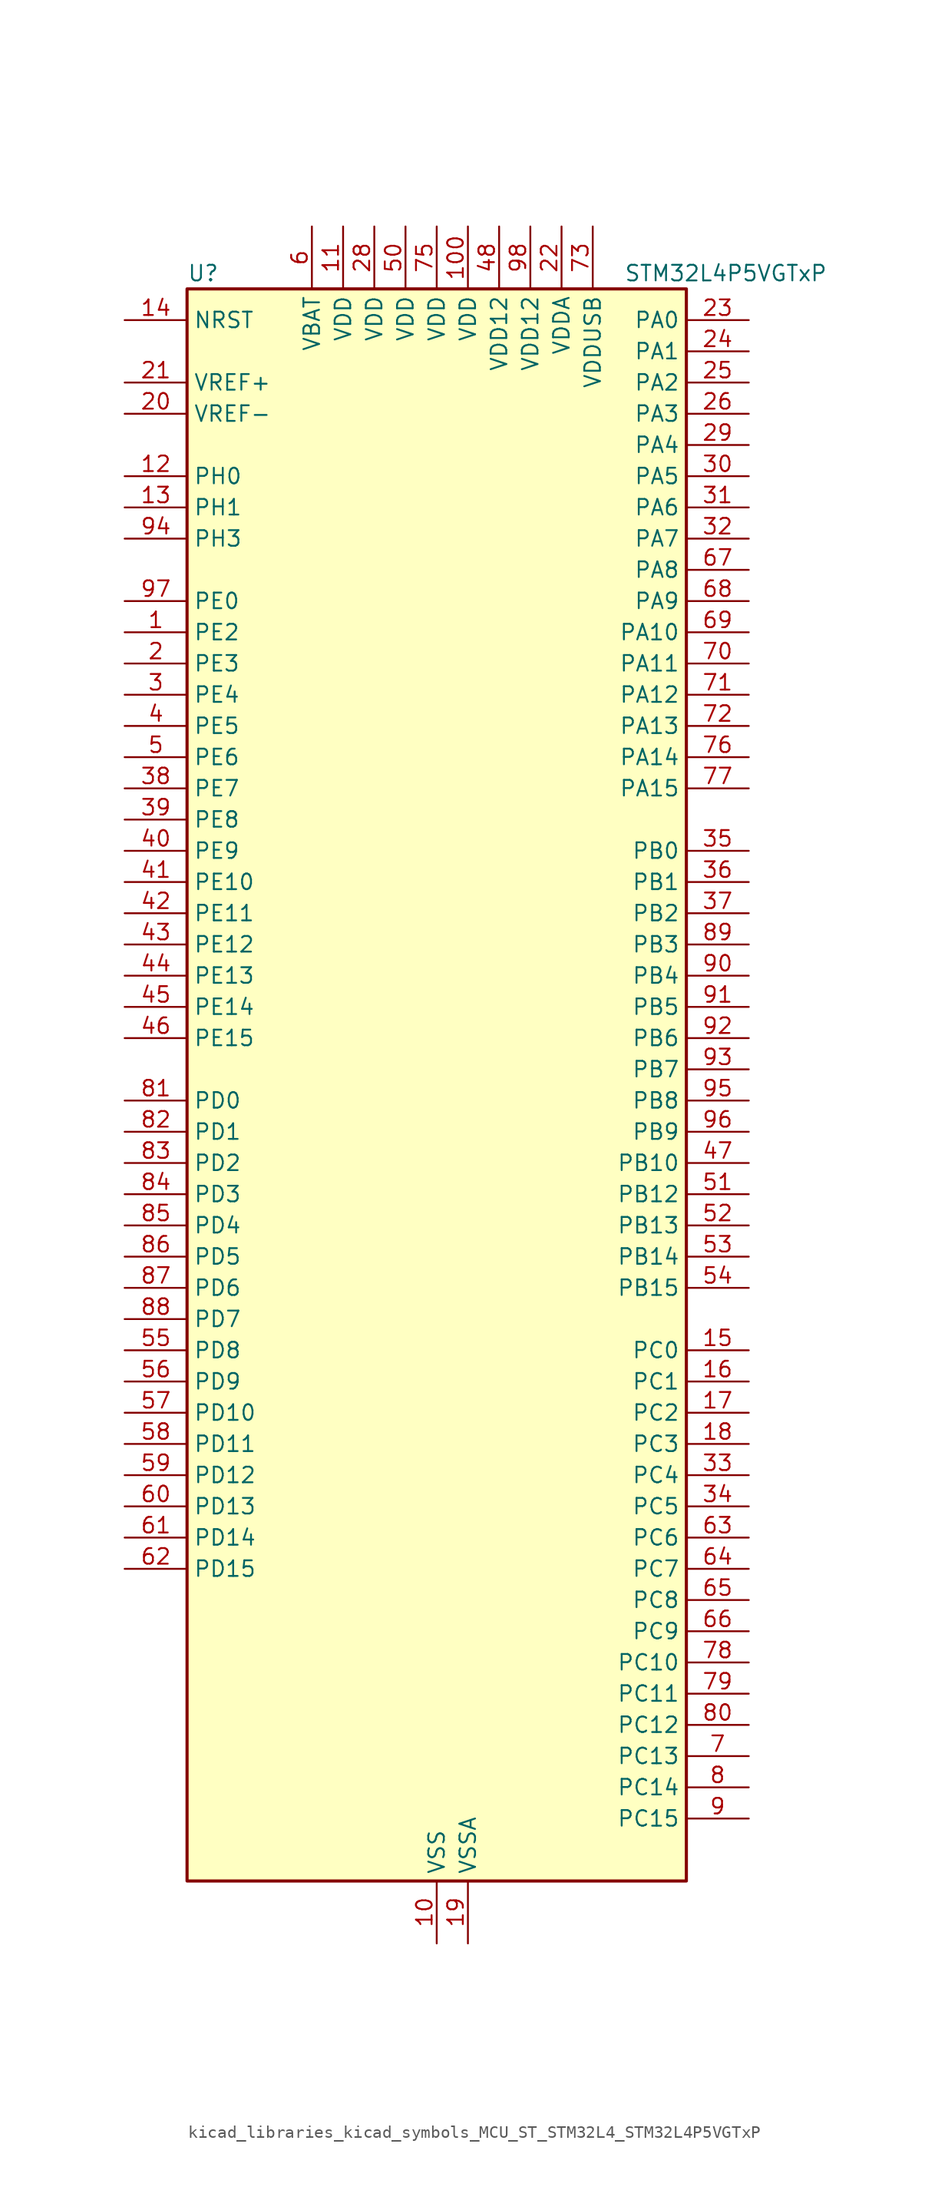
<source format=kicad_sym>
(kicad_symbol_lib
  (version 20220914)
  (generator kicad_symbol_editor)
  (symbol "kicad_libraries_kicad_symbols_MCU_ST_STM32L4_STM32L4P5VGTxP"
    (property "Reference" "U"
      (at -20.32 67.31 0)
      (effects (font (size 1.27 1.27)) (justify left)))
    (property "Value" "STM32L4P5VGTxP"
      (at 15.24 67.31 0)
      (effects (font (size 1.27 1.27)) (justify left)))
    (property "ki_locked" ""
      (at 0 0 0)
      (effects (font (size 1.27 1.27))))
    (symbol "kicad_libraries_kicad_symbols_MCU_ST_STM32L4_STM32L4P5VGTxP_0_1"
      (rectangle (start -20.32 -63.5) (end 20.32 66.04) (stroke (width 0.254) (type default)) (fill (type background))))
    (symbol "kicad_libraries_kicad_symbols_MCU_ST_STM32L4_STM32L4P5VGTxP_1_1"
      (pin bidirectional line (at -25.4 38.1 0) (length 5.08) (name "PE2" (effects (font (size 1.27 1.27)))) (number "1" (effects (font (size 1.27 1.27)))) (alternate "FMC_A23" bidirectional line) (alternate "LTDC_R7" bidirectional line) (alternate "SAI1_CK1" bidirectional line) (alternate "SAI1_MCLK_A" bidirectional line) (alternate "SYS_TRACECLK" bidirectional line) (alternate "TIM3_ETR" bidirectional line) (alternate "TSC_G7_IO1" bidirectional line))
      (pin power_in line (at 0 -68.58 90) (length 5.08) (name "VSS" (effects (font (size 1.27 1.27)))) (number "10" (effects (font (size 1.27 1.27)))))
      (pin power_in line (at 2.54 71.12 270) (length 5.08) (name "VDD" (effects (font (size 1.27 1.27)))) (number "100" (effects (font (size 1.27 1.27)))))
      (pin power_in line (at -7.62 71.12 270) (length 5.08) (name "VDD" (effects (font (size 1.27 1.27)))) (number "11" (effects (font (size 1.27 1.27)))))
      (pin bidirectional line (at -25.4 50.8 0) (length 5.08) (name "PH0" (effects (font (size 1.27 1.27)))) (number "12" (effects (font (size 1.27 1.27)))) (alternate "RCC_OSC_IN" bidirectional line))
      (pin bidirectional line (at -25.4 48.26 0) (length 5.08) (name "PH1" (effects (font (size 1.27 1.27)))) (number "13" (effects (font (size 1.27 1.27)))) (alternate "RCC_OSC_OUT" bidirectional line))
      (pin input line (at -25.4 63.5 0) (length 5.08) (name "NRST" (effects (font (size 1.27 1.27)))) (number "14" (effects (font (size 1.27 1.27)))))
      (pin bidirectional line (at 25.4 -20.32 180) (length 5.08) (name "PC0" (effects (font (size 1.27 1.27)))) (number "15" (effects (font (size 1.27 1.27)))) (alternate "ADC1_IN1" bidirectional line) (alternate "ADC2_IN1" bidirectional line) (alternate "I2C3_SCL" bidirectional line) (alternate "LPTIM1_IN1" bidirectional line) (alternate "LPTIM2_IN1" bidirectional line) (alternate "LPUART1_RX" bidirectional line) (alternate "LTDC_DE" bidirectional line) (alternate "SAI2_FS_A" bidirectional line) (alternate "SDMMC1_CMD" bidirectional line) (alternate "SDMMC2_CKIN" bidirectional line))
      (pin bidirectional line (at 25.4 -22.86 180) (length 5.08) (name "PC1" (effects (font (size 1.27 1.27)))) (number "16" (effects (font (size 1.27 1.27)))) (alternate "ADC1_IN2" bidirectional line) (alternate "ADC2_IN2" bidirectional line) (alternate "I2C3_SDA" bidirectional line) (alternate "LPTIM1_OUT" bidirectional line) (alternate "LPUART1_TX" bidirectional line) (alternate "OCTOSPIM_P1_IO4" bidirectional line) (alternate "SAI1_SD_A" bidirectional line) (alternate "SPI2_MOSI" bidirectional line) (alternate "SYS_TRACED0" bidirectional line))
      (pin bidirectional line (at 25.4 -25.4 180) (length 5.08) (name "PC2" (effects (font (size 1.27 1.27)))) (number "17" (effects (font (size 1.27 1.27)))) (alternate "ADC1_IN3" bidirectional line) (alternate "ADC2_IN3" bidirectional line) (alternate "DFSDM1_CKOUT" bidirectional line) (alternate "LPTIM1_IN2" bidirectional line) (alternate "LTDC_HSYNC" bidirectional line) (alternate "OCTOSPIM_P1_IO5" bidirectional line) (alternate "SPI2_MISO" bidirectional line))
      (pin bidirectional line (at 25.4 -27.94 180) (length 5.08) (name "PC3" (effects (font (size 1.27 1.27)))) (number "18" (effects (font (size 1.27 1.27)))) (alternate "ADC1_IN4" bidirectional line) (alternate "ADC2_IN4" bidirectional line) (alternate "LPTIM1_ETR" bidirectional line) (alternate "LPTIM2_ETR" bidirectional line) (alternate "OCTOSPIM_P1_IO6" bidirectional line) (alternate "SAI1_D1" bidirectional line) (alternate "SAI1_SD_A" bidirectional line) (alternate "SPI2_MOSI" bidirectional line))
      (pin power_in line (at 2.54 -68.58 90) (length 5.08) (name "VSSA" (effects (font (size 1.27 1.27)))) (number "19" (effects (font (size 1.27 1.27)))))
      (pin bidirectional line (at -25.4 35.56 0) (length 5.08) (name "PE3" (effects (font (size 1.27 1.27)))) (number "2" (effects (font (size 1.27 1.27)))) (alternate "FMC_A19" bidirectional line) (alternate "LTDC_R6" bidirectional line) (alternate "OCTOSPIM_P1_DQS" bidirectional line) (alternate "SAI1_SD_B" bidirectional line) (alternate "SYS_TRACED0" bidirectional line) (alternate "TIM3_CH1" bidirectional line) (alternate "TSC_G7_IO2" bidirectional line))
      (pin input line (at -25.4 55.88 0) (length 5.08) (name "VREF-" (effects (font (size 1.27 1.27)))) (number "20" (effects (font (size 1.27 1.27)))))
      (pin input line (at -25.4 58.42 0) (length 5.08) (name "VREF+" (effects (font (size 1.27 1.27)))) (number "21" (effects (font (size 1.27 1.27)))) (alternate "VREFBUF_OUT" bidirectional line))
      (pin power_in line (at 10.16 71.12 270) (length 5.08) (name "VDDA" (effects (font (size 1.27 1.27)))) (number "22" (effects (font (size 1.27 1.27)))))
      (pin bidirectional line (at 25.4 63.5 180) (length 5.08) (name "PA0" (effects (font (size 1.27 1.27)))) (number "23" (effects (font (size 1.27 1.27)))) (alternate "ADC1_IN5" bidirectional line) (alternate "ADC2_IN5" bidirectional line) (alternate "OPAMP1_VINP" bidirectional line) (alternate "RTC_TAMP2" bidirectional line) (alternate "SAI1_EXTCLK" bidirectional line) (alternate "SYS_WKUP1" bidirectional line) (alternate "TIM2_CH1" bidirectional line) (alternate "TIM2_ETR" bidirectional line) (alternate "TIM5_CH1" bidirectional line) (alternate "TIM8_ETR" bidirectional line) (alternate "UART4_TX" bidirectional line) (alternate "USART2_CTS" bidirectional line) (alternate "USART2_NSS" bidirectional line))
      (pin bidirectional line (at 25.4 60.96 180) (length 5.08) (name "PA1" (effects (font (size 1.27 1.27)))) (number "24" (effects (font (size 1.27 1.27)))) (alternate "ADC1_IN6" bidirectional line) (alternate "ADC2_IN6" bidirectional line) (alternate "I2C1_SMBA" bidirectional line) (alternate "OCTOSPIM_P1_DQS" bidirectional line) (alternate "OPAMP1_VINM" bidirectional line) (alternate "SDMMC2_CMD" bidirectional line) (alternate "SPI1_SCK" bidirectional line) (alternate "TIM15_CH1N" bidirectional line) (alternate "TIM2_CH2" bidirectional line) (alternate "TIM5_CH2" bidirectional line) (alternate "UART4_RX" bidirectional line) (alternate "USART2_DE" bidirectional line) (alternate "USART2_RTS" bidirectional line))
      (pin bidirectional line (at 25.4 58.42 180) (length 5.08) (name "PA2" (effects (font (size 1.27 1.27)))) (number "25" (effects (font (size 1.27 1.27)))) (alternate "ADC1_IN7" bidirectional line) (alternate "ADC2_IN7" bidirectional line) (alternate "LPUART1_TX" bidirectional line) (alternate "OCTOSPIM_P1_NCS" bidirectional line) (alternate "RCC_LSCO" bidirectional line) (alternate "SAI2_EXTCLK" bidirectional line) (alternate "SYS_WKUP4" bidirectional line) (alternate "TIM15_CH1" bidirectional line) (alternate "TIM2_CH3" bidirectional line) (alternate "TIM5_CH3" bidirectional line) (alternate "USART2_TX" bidirectional line))
      (pin bidirectional line (at 25.4 55.88 180) (length 5.08) (name "PA3" (effects (font (size 1.27 1.27)))) (number "26" (effects (font (size 1.27 1.27)))) (alternate "ADC1_IN8" bidirectional line) (alternate "ADC2_IN8" bidirectional line) (alternate "LPUART1_RX" bidirectional line) (alternate "OCTOSPIM_P1_CLK" bidirectional line) (alternate "OPAMP1_VOUT" bidirectional line) (alternate "SAI1_CK1" bidirectional line) (alternate "SAI1_MCLK_A" bidirectional line) (alternate "TIM15_CH2" bidirectional line) (alternate "TIM2_CH4" bidirectional line) (alternate "TIM5_CH4" bidirectional line) (alternate "USART2_RX" bidirectional line))
      (pin passive line (at 0 -68.58 90) (length 5.08) hide (name "VSS" (effects (font (size 1.27 1.27)))) (number "27" (effects (font (size 1.27 1.27)))))
      (pin power_in line (at -5.08 71.12 270) (length 5.08) (name "VDD" (effects (font (size 1.27 1.27)))) (number "28" (effects (font (size 1.27 1.27)))))
      (pin bidirectional line (at 25.4 53.34 180) (length 5.08) (name "PA4" (effects (font (size 1.27 1.27)))) (number "29" (effects (font (size 1.27 1.27)))) (alternate "ADC1_IN9" bidirectional line) (alternate "ADC2_IN9" bidirectional line) (alternate "DAC1_OUT1" bidirectional line) (alternate "DCMI_HSYNC" bidirectional line) (alternate "LPTIM2_OUT" bidirectional line) (alternate "LTDC_CLK" bidirectional line) (alternate "OCTOSPIM_P1_NCS" bidirectional line) (alternate "PSSI_DE" bidirectional line) (alternate "SAI1_FS_B" bidirectional line) (alternate "SPI1_NSS" bidirectional line) (alternate "SPI3_NSS" bidirectional line) (alternate "USART2_CK" bidirectional line))
      (pin bidirectional line (at -25.4 33.02 0) (length 5.08) (name "PE4" (effects (font (size 1.27 1.27)))) (number "3" (effects (font (size 1.27 1.27)))) (alternate "DCMI_D4" bidirectional line) (alternate "DFSDM1_DATIN3" bidirectional line) (alternate "FMC_A20" bidirectional line) (alternate "LTDC_B7" bidirectional line) (alternate "PSSI_D4" bidirectional line) (alternate "SAI1_D2" bidirectional line) (alternate "SAI1_FS_A" bidirectional line) (alternate "SYS_TRACED1" bidirectional line) (alternate "TIM3_CH2" bidirectional line) (alternate "TSC_G7_IO3" bidirectional line))
      (pin bidirectional line (at 25.4 50.8 180) (length 5.08) (name "PA5" (effects (font (size 1.27 1.27)))) (number "30" (effects (font (size 1.27 1.27)))) (alternate "ADC1_IN10" bidirectional line) (alternate "ADC2_IN10" bidirectional line) (alternate "DAC1_OUT2" bidirectional line) (alternate "LPTIM2_ETR" bidirectional line) (alternate "LTDC_R7" bidirectional line) (alternate "PSSI_D14" bidirectional line) (alternate "SPI1_SCK" bidirectional line) (alternate "TIM2_CH1" bidirectional line) (alternate "TIM2_ETR" bidirectional line) (alternate "TIM8_CH1N" bidirectional line))
      (pin bidirectional line (at 25.4 48.26 180) (length 5.08) (name "PA6" (effects (font (size 1.27 1.27)))) (number "31" (effects (font (size 1.27 1.27)))) (alternate "ADC1_IN11" bidirectional line) (alternate "ADC2_IN11" bidirectional line) (alternate "DCMI_PIXCLK" bidirectional line) (alternate "LPUART1_CTS" bidirectional line) (alternate "OCTOSPIM_P1_IO3" bidirectional line) (alternate "OPAMP2_VINP" bidirectional line) (alternate "PSSI_PDCK" bidirectional line) (alternate "SPI1_MISO" bidirectional line) (alternate "TIM16_CH1" bidirectional line) (alternate "TIM1_BKIN" bidirectional line) (alternate "TIM3_CH1" bidirectional line) (alternate "TIM8_BKIN" bidirectional line) (alternate "USART3_CTS" bidirectional line) (alternate "USART3_NSS" bidirectional line))
      (pin bidirectional line (at 25.4 45.72 180) (length 5.08) (name "PA7" (effects (font (size 1.27 1.27)))) (number "32" (effects (font (size 1.27 1.27)))) (alternate "ADC1_IN12" bidirectional line) (alternate "ADC2_IN12" bidirectional line) (alternate "I2C3_SCL" bidirectional line) (alternate "OCTOSPIM_P1_IO2" bidirectional line) (alternate "OPAMP2_VINM" bidirectional line) (alternate "SPI1_MOSI" bidirectional line) (alternate "TIM17_CH1" bidirectional line) (alternate "TIM1_CH1N" bidirectional line) (alternate "TIM3_CH2" bidirectional line) (alternate "TIM8_CH1N" bidirectional line))
      (pin bidirectional line (at 25.4 -30.48 180) (length 5.08) (name "PC4" (effects (font (size 1.27 1.27)))) (number "33" (effects (font (size 1.27 1.27)))) (alternate "ADC1_IN13" bidirectional line) (alternate "ADC2_IN13" bidirectional line) (alternate "COMP1_INM" bidirectional line) (alternate "OCTOSPIM_P1_IO7" bidirectional line) (alternate "OCTOSPIM_P2_NCS" bidirectional line) (alternate "USART3_TX" bidirectional line))
      (pin bidirectional line (at 25.4 -33.02 180) (length 5.08) (name "PC5" (effects (font (size 1.27 1.27)))) (number "34" (effects (font (size 1.27 1.27)))) (alternate "ADC1_IN14" bidirectional line) (alternate "ADC2_IN14" bidirectional line) (alternate "COMP1_INP" bidirectional line) (alternate "LTDC_CLK" bidirectional line) (alternate "PSSI_D15" bidirectional line) (alternate "SAI1_D3" bidirectional line) (alternate "SYS_WKUP5" bidirectional line) (alternate "USART3_RX" bidirectional line))
      (pin bidirectional line (at 25.4 20.32 180) (length 5.08) (name "PB0" (effects (font (size 1.27 1.27)))) (number "35" (effects (font (size 1.27 1.27)))) (alternate "ADC1_IN15" bidirectional line) (alternate "ADC2_IN15" bidirectional line) (alternate "COMP1_OUT" bidirectional line) (alternate "LTDC_B6" bidirectional line) (alternate "OCTOSPIM_P1_IO1" bidirectional line) (alternate "OPAMP2_VOUT" bidirectional line) (alternate "SAI1_EXTCLK" bidirectional line) (alternate "SPI1_NSS" bidirectional line) (alternate "TIM1_CH2N" bidirectional line) (alternate "TIM3_CH3" bidirectional line) (alternate "TIM8_CH2N" bidirectional line) (alternate "USART3_CK" bidirectional line))
      (pin bidirectional line (at 25.4 17.78 180) (length 5.08) (name "PB1" (effects (font (size 1.27 1.27)))) (number "36" (effects (font (size 1.27 1.27)))) (alternate "ADC1_IN16" bidirectional line) (alternate "ADC2_IN16" bidirectional line) (alternate "COMP1_INM" bidirectional line) (alternate "DFSDM1_DATIN0" bidirectional line) (alternate "LPTIM2_IN1" bidirectional line) (alternate "LPUART1_DE" bidirectional line) (alternate "LPUART1_RTS" bidirectional line) (alternate "LTDC_G6" bidirectional line) (alternate "OCTOSPIM_P1_IO0" bidirectional line) (alternate "TIM1_CH3N" bidirectional line) (alternate "TIM3_CH4" bidirectional line) (alternate "TIM8_CH3N" bidirectional line) (alternate "USART3_DE" bidirectional line) (alternate "USART3_RTS" bidirectional line))
      (pin bidirectional line (at 25.4 15.24 180) (length 5.08) (name "PB2" (effects (font (size 1.27 1.27)))) (number "37" (effects (font (size 1.27 1.27)))) (alternate "COMP1_INP" bidirectional line) (alternate "DFSDM1_CKIN0" bidirectional line) (alternate "I2C3_SMBA" bidirectional line) (alternate "LPTIM1_OUT" bidirectional line) (alternate "OCTOSPIM_P1_DQS" bidirectional line) (alternate "RTC_OUT2" bidirectional line))
      (pin bidirectional line (at -25.4 25.4 0) (length 5.08) (name "PE7" (effects (font (size 1.27 1.27)))) (number "38" (effects (font (size 1.27 1.27)))) (alternate "DFSDM1_DATIN2" bidirectional line) (alternate "FMC_D4" bidirectional line) (alternate "FMC_DA4" bidirectional line) (alternate "LTDC_B6" bidirectional line) (alternate "SAI1_SD_B" bidirectional line) (alternate "TIM1_ETR" bidirectional line))
      (pin bidirectional line (at -25.4 22.86 0) (length 5.08) (name "PE8" (effects (font (size 1.27 1.27)))) (number "39" (effects (font (size 1.27 1.27)))) (alternate "DFSDM1_CKIN2" bidirectional line) (alternate "FMC_D5" bidirectional line) (alternate "FMC_DA5" bidirectional line) (alternate "LTDC_B7" bidirectional line) (alternate "SAI1_SCK_B" bidirectional line) (alternate "TIM1_CH1N" bidirectional line))
      (pin bidirectional line (at -25.4 30.48 0) (length 5.08) (name "PE5" (effects (font (size 1.27 1.27)))) (number "4" (effects (font (size 1.27 1.27)))) (alternate "DCMI_D6" bidirectional line) (alternate "DFSDM1_CKIN3" bidirectional line) (alternate "FMC_A21" bidirectional line) (alternate "LTDC_G7" bidirectional line) (alternate "PSSI_D6" bidirectional line) (alternate "SAI1_CK2" bidirectional line) (alternate "SAI1_SCK_A" bidirectional line) (alternate "SYS_TRACED2" bidirectional line) (alternate "TIM3_CH3" bidirectional line) (alternate "TSC_G7_IO4" bidirectional line))
      (pin bidirectional line (at -25.4 20.32 0) (length 5.08) (name "PE9" (effects (font (size 1.27 1.27)))) (number "40" (effects (font (size 1.27 1.27)))) (alternate "DAC1_EXTI9" bidirectional line) (alternate "DFSDM1_CKOUT" bidirectional line) (alternate "FMC_D6" bidirectional line) (alternate "FMC_DA6" bidirectional line) (alternate "LTDC_G2" bidirectional line) (alternate "OCTOSPIM_P1_NCLK" bidirectional line) (alternate "SAI1_FS_B" bidirectional line) (alternate "TIM1_CH1" bidirectional line))
      (pin bidirectional line (at -25.4 17.78 0) (length 5.08) (name "PE10" (effects (font (size 1.27 1.27)))) (number "41" (effects (font (size 1.27 1.27)))) (alternate "FMC_D7" bidirectional line) (alternate "FMC_DA7" bidirectional line) (alternate "LTDC_G3" bidirectional line) (alternate "OCTOSPIM_P1_CLK" bidirectional line) (alternate "SAI1_MCLK_B" bidirectional line) (alternate "TIM1_CH2N" bidirectional line) (alternate "TSC_G5_IO1" bidirectional line))
      (pin bidirectional line (at -25.4 15.24 0) (length 5.08) (name "PE11" (effects (font (size 1.27 1.27)))) (number "42" (effects (font (size 1.27 1.27)))) (alternate "ADC1_EXTI11" bidirectional line) (alternate "ADC2_EXTI11" bidirectional line) (alternate "FMC_D8" bidirectional line) (alternate "FMC_DA8" bidirectional line) (alternate "LTDC_G4" bidirectional line) (alternate "OCTOSPIM_P1_NCS" bidirectional line) (alternate "TIM1_CH2" bidirectional line) (alternate "TSC_G5_IO2" bidirectional line))
      (pin bidirectional line (at -25.4 12.7 0) (length 5.08) (name "PE12" (effects (font (size 1.27 1.27)))) (number "43" (effects (font (size 1.27 1.27)))) (alternate "FMC_D9" bidirectional line) (alternate "FMC_DA9" bidirectional line) (alternate "LTDC_G5" bidirectional line) (alternate "OCTOSPIM_P1_IO0" bidirectional line) (alternate "SPI1_NSS" bidirectional line) (alternate "TIM1_CH3N" bidirectional line) (alternate "TSC_G5_IO3" bidirectional line))
      (pin bidirectional line (at -25.4 10.16 0) (length 5.08) (name "PE13" (effects (font (size 1.27 1.27)))) (number "44" (effects (font (size 1.27 1.27)))) (alternate "FMC_D10" bidirectional line) (alternate "FMC_DA10" bidirectional line) (alternate "LTDC_G6" bidirectional line) (alternate "OCTOSPIM_P1_IO1" bidirectional line) (alternate "SPI1_SCK" bidirectional line) (alternate "TIM1_CH3" bidirectional line) (alternate "TSC_G5_IO4" bidirectional line))
      (pin bidirectional line (at -25.4 7.62 0) (length 5.08) (name "PE14" (effects (font (size 1.27 1.27)))) (number "45" (effects (font (size 1.27 1.27)))) (alternate "FMC_D11" bidirectional line) (alternate "FMC_DA11" bidirectional line) (alternate "LTDC_G7" bidirectional line) (alternate "OCTOSPIM_P1_IO2" bidirectional line) (alternate "SPI1_MISO" bidirectional line) (alternate "TIM1_BKIN2" bidirectional line) (alternate "TIM1_CH4" bidirectional line))
      (pin bidirectional line (at -25.4 5.08 0) (length 5.08) (name "PE15" (effects (font (size 1.27 1.27)))) (number "46" (effects (font (size 1.27 1.27)))) (alternate "ADC1_EXTI15" bidirectional line) (alternate "ADC2_EXTI15" bidirectional line) (alternate "FMC_D12" bidirectional line) (alternate "FMC_DA12" bidirectional line) (alternate "LTDC_R2" bidirectional line) (alternate "OCTOSPIM_P1_IO3" bidirectional line) (alternate "SPI1_MOSI" bidirectional line) (alternate "TIM1_BKIN" bidirectional line))
      (pin bidirectional line (at 25.4 -5.08 180) (length 5.08) (name "PB10" (effects (font (size 1.27 1.27)))) (number "47" (effects (font (size 1.27 1.27)))) (alternate "COMP1_OUT" bidirectional line) (alternate "I2C2_SCL" bidirectional line) (alternate "I2C4_SCL" bidirectional line) (alternate "LPUART1_RX" bidirectional line) (alternate "OCTOSPIM_P1_CLK" bidirectional line) (alternate "OCTOSPIM_P1_IO3" bidirectional line) (alternate "SAI1_SCK_A" bidirectional line) (alternate "SPI2_SCK" bidirectional line) (alternate "TIM2_CH3" bidirectional line) (alternate "TSC_SYNC" bidirectional line) (alternate "USART3_TX" bidirectional line))
      (pin power_in line (at 5.08 71.12 270) (length 5.08) (name "VDD12" (effects (font (size 1.27 1.27)))) (number "48" (effects (font (size 1.27 1.27)))))
      (pin passive line (at 0 -68.58 90) (length 5.08) hide (name "VSS" (effects (font (size 1.27 1.27)))) (number "49" (effects (font (size 1.27 1.27)))))
      (pin bidirectional line (at -25.4 27.94 0) (length 5.08) (name "PE6" (effects (font (size 1.27 1.27)))) (number "5" (effects (font (size 1.27 1.27)))) (alternate "DCMI_D7" bidirectional line) (alternate "FMC_A22" bidirectional line) (alternate "LTDC_G6" bidirectional line) (alternate "PSSI_D7" bidirectional line) (alternate "RTC_TAMP3" bidirectional line) (alternate "SAI1_D1" bidirectional line) (alternate "SAI1_SD_A" bidirectional line) (alternate "SYS_TRACED3" bidirectional line) (alternate "SYS_WKUP3" bidirectional line) (alternate "TIM3_CH4" bidirectional line))
      (pin power_in line (at -2.54 71.12 270) (length 5.08) (name "VDD" (effects (font (size 1.27 1.27)))) (number "50" (effects (font (size 1.27 1.27)))))
      (pin bidirectional line (at 25.4 -7.62 180) (length 5.08) (name "PB12" (effects (font (size 1.27 1.27)))) (number "51" (effects (font (size 1.27 1.27)))) (alternate "DFSDM1_DATIN1" bidirectional line) (alternate "I2C2_SMBA" bidirectional line) (alternate "LPUART1_DE" bidirectional line) (alternate "LPUART1_RTS" bidirectional line) (alternate "OCTOSPIM_P1_NCLK" bidirectional line) (alternate "SAI2_FS_A" bidirectional line) (alternate "SDMMC2_CK" bidirectional line) (alternate "SPI2_NSS" bidirectional line) (alternate "TIM15_BKIN" bidirectional line) (alternate "TIM1_BKIN" bidirectional line) (alternate "TSC_G1_IO1" bidirectional line) (alternate "USART3_CK" bidirectional line))
      (pin bidirectional line (at 25.4 -10.16 180) (length 5.08) (name "PB13" (effects (font (size 1.27 1.27)))) (number "52" (effects (font (size 1.27 1.27)))) (alternate "DFSDM1_CKIN1" bidirectional line) (alternate "I2C2_SCL" bidirectional line) (alternate "LPUART1_CTS" bidirectional line) (alternate "OCTOSPIM_P1_IO1" bidirectional line) (alternate "SAI2_SCK_A" bidirectional line) (alternate "SPI2_SCK" bidirectional line) (alternate "TIM15_CH1N" bidirectional line) (alternate "TIM1_CH1N" bidirectional line) (alternate "TSC_G1_IO2" bidirectional line) (alternate "USART3_CTS" bidirectional line) (alternate "USART3_NSS" bidirectional line))
      (pin bidirectional line (at 25.4 -12.7 180) (length 5.08) (name "PB14" (effects (font (size 1.27 1.27)))) (number "53" (effects (font (size 1.27 1.27)))) (alternate "DFSDM1_DATIN2" bidirectional line) (alternate "I2C2_SDA" bidirectional line) (alternate "OCTOSPIM_P1_IO6" bidirectional line) (alternate "SAI2_MCLK_A" bidirectional line) (alternate "SDMMC2_D0" bidirectional line) (alternate "SPI2_MISO" bidirectional line) (alternate "TIM15_CH1" bidirectional line) (alternate "TIM1_CH2N" bidirectional line) (alternate "TIM8_CH2N" bidirectional line) (alternate "TSC_G1_IO3" bidirectional line) (alternate "USART3_DE" bidirectional line) (alternate "USART3_RTS" bidirectional line))
      (pin bidirectional line (at 25.4 -15.24 180) (length 5.08) (name "PB15" (effects (font (size 1.27 1.27)))) (number "54" (effects (font (size 1.27 1.27)))) (alternate "ADC1_EXTI15" bidirectional line) (alternate "ADC2_EXTI15" bidirectional line) (alternate "DFSDM1_CKIN2" bidirectional line) (alternate "OCTOSPIM_P1_IO7" bidirectional line) (alternate "RTC_REFIN" bidirectional line) (alternate "SAI2_SD_A" bidirectional line) (alternate "SDMMC2_D1" bidirectional line) (alternate "SPI2_MOSI" bidirectional line) (alternate "TIM15_CH2" bidirectional line) (alternate "TIM1_CH3N" bidirectional line) (alternate "TIM8_CH3N" bidirectional line) (alternate "TSC_G1_IO4" bidirectional line))
      (pin bidirectional line (at -25.4 -20.32 0) (length 5.08) (name "PD8" (effects (font (size 1.27 1.27)))) (number "55" (effects (font (size 1.27 1.27)))) (alternate "DCMI_HSYNC" bidirectional line) (alternate "FMC_D13" bidirectional line) (alternate "FMC_DA13" bidirectional line) (alternate "LTDC_R3" bidirectional line) (alternate "PSSI_DE" bidirectional line) (alternate "USART3_TX" bidirectional line))
      (pin bidirectional line (at -25.4 -22.86 0) (length 5.08) (name "PD9" (effects (font (size 1.27 1.27)))) (number "56" (effects (font (size 1.27 1.27)))) (alternate "DAC1_EXTI9" bidirectional line) (alternate "DCMI_PIXCLK" bidirectional line) (alternate "FMC_D14" bidirectional line) (alternate "FMC_DA14" bidirectional line) (alternate "LTDC_R4" bidirectional line) (alternate "PSSI_PDCK" bidirectional line) (alternate "SAI2_MCLK_A" bidirectional line) (alternate "USART3_RX" bidirectional line))
      (pin bidirectional line (at -25.4 -25.4 0) (length 5.08) (name "PD10" (effects (font (size 1.27 1.27)))) (number "57" (effects (font (size 1.27 1.27)))) (alternate "FMC_D15" bidirectional line) (alternate "FMC_DA15" bidirectional line) (alternate "LTDC_R5" bidirectional line) (alternate "SAI2_SCK_A" bidirectional line) (alternate "TSC_G6_IO1" bidirectional line) (alternate "USART3_CK" bidirectional line))
      (pin bidirectional line (at -25.4 -27.94 0) (length 5.08) (name "PD11" (effects (font (size 1.27 1.27)))) (number "58" (effects (font (size 1.27 1.27)))) (alternate "ADC1_EXTI11" bidirectional line) (alternate "ADC2_EXTI11" bidirectional line) (alternate "FMC_A16" bidirectional line) (alternate "FMC_CLE" bidirectional line) (alternate "I2C4_SMBA" bidirectional line) (alternate "LPTIM2_ETR" bidirectional line) (alternate "LTDC_R6" bidirectional line) (alternate "SAI2_SD_A" bidirectional line) (alternate "TSC_G6_IO2" bidirectional line) (alternate "USART3_CTS" bidirectional line) (alternate "USART3_NSS" bidirectional line))
      (pin bidirectional line (at -25.4 -30.48 0) (length 5.08) (name "PD12" (effects (font (size 1.27 1.27)))) (number "59" (effects (font (size 1.27 1.27)))) (alternate "FMC_A17" bidirectional line) (alternate "FMC_ALE" bidirectional line) (alternate "I2C4_SCL" bidirectional line) (alternate "LPTIM2_IN1" bidirectional line) (alternate "LTDC_R7" bidirectional line) (alternate "SAI2_FS_A" bidirectional line) (alternate "TIM4_CH1" bidirectional line) (alternate "TSC_G6_IO3" bidirectional line) (alternate "USART3_DE" bidirectional line) (alternate "USART3_RTS" bidirectional line))
      (pin power_in line (at -10.16 71.12 270) (length 5.08) (name "VBAT" (effects (font (size 1.27 1.27)))) (number "6" (effects (font (size 1.27 1.27)))))
      (pin bidirectional line (at -25.4 -33.02 0) (length 5.08) (name "PD13" (effects (font (size 1.27 1.27)))) (number "60" (effects (font (size 1.27 1.27)))) (alternate "FMC_A18" bidirectional line) (alternate "I2C4_SDA" bidirectional line) (alternate "LPTIM2_OUT" bidirectional line) (alternate "TIM4_CH2" bidirectional line) (alternate "TSC_G6_IO4" bidirectional line))
      (pin bidirectional line (at -25.4 -35.56 0) (length 5.08) (name "PD14" (effects (font (size 1.27 1.27)))) (number "61" (effects (font (size 1.27 1.27)))) (alternate "FMC_D0" bidirectional line) (alternate "FMC_DA0" bidirectional line) (alternate "LTDC_B2" bidirectional line) (alternate "TIM4_CH3" bidirectional line))
      (pin bidirectional line (at -25.4 -38.1 0) (length 5.08) (name "PD15" (effects (font (size 1.27 1.27)))) (number "62" (effects (font (size 1.27 1.27)))) (alternate "ADC1_EXTI15" bidirectional line) (alternate "ADC2_EXTI15" bidirectional line) (alternate "FMC_D1" bidirectional line) (alternate "FMC_DA1" bidirectional line) (alternate "LTDC_B3" bidirectional line) (alternate "TIM4_CH4" bidirectional line))
      (pin bidirectional line (at 25.4 -35.56 180) (length 5.08) (name "PC6" (effects (font (size 1.27 1.27)))) (number "63" (effects (font (size 1.27 1.27)))) (alternate "DCMI_D0" bidirectional line) (alternate "DFSDM1_CKIN3" bidirectional line) (alternate "LTDC_G7" bidirectional line) (alternate "PSSI_D0" bidirectional line) (alternate "SAI2_MCLK_A" bidirectional line) (alternate "SDMMC1_D0DIR" bidirectional line) (alternate "SDMMC1_D6" bidirectional line) (alternate "SDMMC2_D6" bidirectional line) (alternate "TIM3_CH1" bidirectional line) (alternate "TIM8_CH1" bidirectional line) (alternate "TSC_G4_IO1" bidirectional line))
      (pin bidirectional line (at 25.4 -38.1 180) (length 5.08) (name "PC7" (effects (font (size 1.27 1.27)))) (number "64" (effects (font (size 1.27 1.27)))) (alternate "DCMI_D1" bidirectional line) (alternate "DFSDM1_DATIN3" bidirectional line) (alternate "LTDC_B6" bidirectional line) (alternate "PSSI_D1" bidirectional line) (alternate "SAI2_MCLK_B" bidirectional line) (alternate "SDMMC1_D123DIR" bidirectional line) (alternate "SDMMC1_D7" bidirectional line) (alternate "SDMMC2_D7" bidirectional line) (alternate "TIM3_CH2" bidirectional line) (alternate "TIM8_CH2" bidirectional line) (alternate "TSC_G4_IO2" bidirectional line))
      (pin bidirectional line (at 25.4 -40.64 180) (length 5.08) (name "PC8" (effects (font (size 1.27 1.27)))) (number "65" (effects (font (size 1.27 1.27)))) (alternate "DCMI_D2" bidirectional line) (alternate "PSSI_D2" bidirectional line) (alternate "SDMMC1_D0" bidirectional line) (alternate "TIM3_CH3" bidirectional line) (alternate "TIM8_CH3" bidirectional line) (alternate "TSC_G4_IO3" bidirectional line))
      (pin bidirectional line (at 25.4 -43.18 180) (length 5.08) (name "PC9" (effects (font (size 1.27 1.27)))) (number "66" (effects (font (size 1.27 1.27)))) (alternate "DAC1_EXTI9" bidirectional line) (alternate "DCMI_D3" bidirectional line) (alternate "I2C3_SDA" bidirectional line) (alternate "PSSI_D3" bidirectional line) (alternate "SAI2_EXTCLK" bidirectional line) (alternate "SDMMC1_D1" bidirectional line) (alternate "SYS_TRACED0" bidirectional line) (alternate "TIM3_CH4" bidirectional line) (alternate "TIM8_BKIN2" bidirectional line) (alternate "TIM8_CH4" bidirectional line) (alternate "TSC_G4_IO4" bidirectional line) (alternate "USB_OTG_FS_NOE" bidirectional line))
      (pin bidirectional line (at 25.4 43.18 180) (length 5.08) (name "PA8" (effects (font (size 1.27 1.27)))) (number "67" (effects (font (size 1.27 1.27)))) (alternate "LPTIM2_OUT" bidirectional line) (alternate "LTDC_B7" bidirectional line) (alternate "RCC_MCO" bidirectional line) (alternate "SAI1_CK2" bidirectional line) (alternate "SAI1_SCK_A" bidirectional line) (alternate "TIM1_CH1" bidirectional line) (alternate "USART1_CK" bidirectional line) (alternate "USB_OTG_FS_SOF" bidirectional line))
      (pin bidirectional line (at 25.4 40.64 180) (length 5.08) (name "PA9" (effects (font (size 1.27 1.27)))) (number "68" (effects (font (size 1.27 1.27)))) (alternate "DAC1_EXTI9" bidirectional line) (alternate "DCMI_D0" bidirectional line) (alternate "LTDC_G7" bidirectional line) (alternate "PSSI_D0" bidirectional line) (alternate "SAI1_FS_A" bidirectional line) (alternate "SPI2_SCK" bidirectional line) (alternate "TIM15_BKIN" bidirectional line) (alternate "TIM1_CH2" bidirectional line) (alternate "USART1_TX" bidirectional line) (alternate "USB_OTG_FS_VBUS" bidirectional line))
      (pin bidirectional line (at 25.4 38.1 180) (length 5.08) (name "PA10" (effects (font (size 1.27 1.27)))) (number "69" (effects (font (size 1.27 1.27)))) (alternate "DCMI_D1" bidirectional line) (alternate "LTDC_G6" bidirectional line) (alternate "PSSI_D1" bidirectional line) (alternate "SAI1_D1" bidirectional line) (alternate "SAI1_SD_A" bidirectional line) (alternate "TIM17_BKIN" bidirectional line) (alternate "TIM1_CH3" bidirectional line) (alternate "USART1_RX" bidirectional line) (alternate "USB_OTG_FS_ID" bidirectional line))
      (pin bidirectional line (at 25.4 -53.34 180) (length 5.08) (name "PC13" (effects (font (size 1.27 1.27)))) (number "7" (effects (font (size 1.27 1.27)))) (alternate "RTC_OUT1" bidirectional line) (alternate "RTC_TAMP1" bidirectional line) (alternate "RTC_TS" bidirectional line) (alternate "SYS_WKUP2" bidirectional line))
      (pin bidirectional line (at 25.4 35.56 180) (length 5.08) (name "PA11" (effects (font (size 1.27 1.27)))) (number "70" (effects (font (size 1.27 1.27)))) (alternate "ADC1_EXTI11" bidirectional line) (alternate "ADC2_EXTI11" bidirectional line) (alternate "CAN1_RX" bidirectional line) (alternate "LTDC_DE" bidirectional line) (alternate "SPI1_MISO" bidirectional line) (alternate "TIM1_BKIN2" bidirectional line) (alternate "TIM1_CH4" bidirectional line) (alternate "USART1_CTS" bidirectional line) (alternate "USART1_NSS" bidirectional line) (alternate "USB_OTG_FS_DM" bidirectional line))
      (pin bidirectional line (at 25.4 33.02 180) (length 5.08) (name "PA12" (effects (font (size 1.27 1.27)))) (number "71" (effects (font (size 1.27 1.27)))) (alternate "CAN1_TX" bidirectional line) (alternate "LTDC_VSYNC" bidirectional line) (alternate "OCTOSPIM_P2_NCS" bidirectional line) (alternate "SPI1_MOSI" bidirectional line) (alternate "TIM1_ETR" bidirectional line) (alternate "USART1_DE" bidirectional line) (alternate "USART1_RTS" bidirectional line) (alternate "USB_OTG_FS_DP" bidirectional line))
      (pin bidirectional line (at 25.4 30.48 180) (length 5.08) (name "PA13" (effects (font (size 1.27 1.27)))) (number "72" (effects (font (size 1.27 1.27)))) (alternate "IR_OUT" bidirectional line) (alternate "SAI1_SD_B" bidirectional line) (alternate "SYS_JTMS-SWDIO" bidirectional line) (alternate "USB_OTG_FS_NOE" bidirectional line))
      (pin power_in line (at 12.7 71.12 270) (length 5.08) (name "VDDUSB" (effects (font (size 1.27 1.27)))) (number "73" (effects (font (size 1.27 1.27)))))
      (pin passive line (at 0 -68.58 90) (length 5.08) hide (name "VSS" (effects (font (size 1.27 1.27)))) (number "74" (effects (font (size 1.27 1.27)))))
      (pin power_in line (at 0 71.12 270) (length 5.08) (name "VDD" (effects (font (size 1.27 1.27)))) (number "75" (effects (font (size 1.27 1.27)))))
      (pin bidirectional line (at 25.4 27.94 180) (length 5.08) (name "PA14" (effects (font (size 1.27 1.27)))) (number "76" (effects (font (size 1.27 1.27)))) (alternate "I2C1_SMBA" bidirectional line) (alternate "I2C4_SMBA" bidirectional line) (alternate "LPTIM1_OUT" bidirectional line) (alternate "SAI1_FS_B" bidirectional line) (alternate "SYS_JTCK-SWCLK" bidirectional line) (alternate "USB_OTG_FS_SOF" bidirectional line))
      (pin bidirectional line (at 25.4 25.4 180) (length 5.08) (name "PA15" (effects (font (size 1.27 1.27)))) (number "77" (effects (font (size 1.27 1.27)))) (alternate "ADC1_EXTI15" bidirectional line) (alternate "ADC2_EXTI15" bidirectional line) (alternate "LTDC_HSYNC" bidirectional line) (alternate "SAI2_FS_B" bidirectional line) (alternate "SPI1_NSS" bidirectional line) (alternate "SPI3_NSS" bidirectional line) (alternate "SYS_JTDI" bidirectional line) (alternate "TIM2_CH1" bidirectional line) (alternate "TIM2_ETR" bidirectional line) (alternate "TSC_G3_IO1" bidirectional line) (alternate "UART4_DE" bidirectional line) (alternate "UART4_RTS" bidirectional line) (alternate "USART2_RX" bidirectional line) (alternate "USART3_DE" bidirectional line) (alternate "USART3_RTS" bidirectional line))
      (pin bidirectional line (at 25.4 -45.72 180) (length 5.08) (name "PC10" (effects (font (size 1.27 1.27)))) (number "78" (effects (font (size 1.27 1.27)))) (alternate "DCMI_D8" bidirectional line) (alternate "DCMI_VSYNC" bidirectional line) (alternate "PSSI_D8" bidirectional line) (alternate "PSSI_RDY" bidirectional line) (alternate "SAI2_SCK_B" bidirectional line) (alternate "SDMMC1_D2" bidirectional line) (alternate "SPI3_SCK" bidirectional line) (alternate "SYS_TRACED1" bidirectional line) (alternate "TSC_G3_IO2" bidirectional line) (alternate "UART4_TX" bidirectional line) (alternate "USART3_TX" bidirectional line))
      (pin bidirectional line (at 25.4 -48.26 180) (length 5.08) (name "PC11" (effects (font (size 1.27 1.27)))) (number "79" (effects (font (size 1.27 1.27)))) (alternate "ADC1_EXTI11" bidirectional line) (alternate "ADC2_EXTI11" bidirectional line) (alternate "DCMI_D2" bidirectional line) (alternate "DCMI_D4" bidirectional line) (alternate "OCTOSPIM_P1_NCS" bidirectional line) (alternate "PSSI_D2" bidirectional line) (alternate "PSSI_D4" bidirectional line) (alternate "SAI2_MCLK_B" bidirectional line) (alternate "SDMMC1_D3" bidirectional line) (alternate "SPI3_MISO" bidirectional line) (alternate "TSC_G3_IO3" bidirectional line) (alternate "UART4_RX" bidirectional line) (alternate "USART3_RX" bidirectional line))
      (pin bidirectional line (at 25.4 -55.88 180) (length 5.08) (name "PC14" (effects (font (size 1.27 1.27)))) (number "8" (effects (font (size 1.27 1.27)))) (alternate "RCC_OSC32_IN" bidirectional line))
      (pin bidirectional line (at 25.4 -50.8 180) (length 5.08) (name "PC12" (effects (font (size 1.27 1.27)))) (number "80" (effects (font (size 1.27 1.27)))) (alternate "DCMI_D9" bidirectional line) (alternate "LTDC_R6" bidirectional line) (alternate "PSSI_D9" bidirectional line) (alternate "SAI2_SD_B" bidirectional line) (alternate "SDMMC1_CK" bidirectional line) (alternate "SPI3_MOSI" bidirectional line) (alternate "SYS_TRACED3" bidirectional line) (alternate "TSC_G3_IO4" bidirectional line) (alternate "UART5_TX" bidirectional line) (alternate "USART3_CK" bidirectional line))
      (pin bidirectional line (at -25.4 0 0) (length 5.08) (name "PD0" (effects (font (size 1.27 1.27)))) (number "81" (effects (font (size 1.27 1.27)))) (alternate "CAN1_RX" bidirectional line) (alternate "FMC_D2" bidirectional line) (alternate "FMC_DA2" bidirectional line) (alternate "LTDC_B4" bidirectional line) (alternate "SPI2_NSS" bidirectional line))
      (pin bidirectional line (at -25.4 -2.54 0) (length 5.08) (name "PD1" (effects (font (size 1.27 1.27)))) (number "82" (effects (font (size 1.27 1.27)))) (alternate "CAN1_TX" bidirectional line) (alternate "FMC_D3" bidirectional line) (alternate "FMC_DA3" bidirectional line) (alternate "LTDC_B5" bidirectional line) (alternate "SPI2_SCK" bidirectional line))
      (pin bidirectional line (at -25.4 -5.08 0) (length 5.08) (name "PD2" (effects (font (size 1.27 1.27)))) (number "83" (effects (font (size 1.27 1.27)))) (alternate "DCMI_D11" bidirectional line) (alternate "PSSI_D11" bidirectional line) (alternate "SDMMC1_CMD" bidirectional line) (alternate "SYS_TRACED2" bidirectional line) (alternate "TIM3_ETR" bidirectional line) (alternate "TSC_SYNC" bidirectional line) (alternate "UART5_RX" bidirectional line) (alternate "USART3_DE" bidirectional line) (alternate "USART3_RTS" bidirectional line))
      (pin bidirectional line (at -25.4 -7.62 0) (length 5.08) (name "PD3" (effects (font (size 1.27 1.27)))) (number "84" (effects (font (size 1.27 1.27)))) (alternate "DCMI_D5" bidirectional line) (alternate "DFSDM1_DATIN0" bidirectional line) (alternate "FMC_CLK" bidirectional line) (alternate "LTDC_CLK" bidirectional line) (alternate "OCTOSPIM_P2_NCS" bidirectional line) (alternate "PSSI_D5" bidirectional line) (alternate "SPI2_MISO" bidirectional line) (alternate "SPI2_SCK" bidirectional line) (alternate "USART2_CTS" bidirectional line) (alternate "USART2_NSS" bidirectional line))
      (pin bidirectional line (at -25.4 -10.16 0) (length 5.08) (name "PD4" (effects (font (size 1.27 1.27)))) (number "85" (effects (font (size 1.27 1.27)))) (alternate "DFSDM1_CKIN0" bidirectional line) (alternate "FMC_NOE" bidirectional line) (alternate "OCTOSPIM_P1_IO4" bidirectional line) (alternate "SDMMC2_CKIN" bidirectional line) (alternate "SPI2_MOSI" bidirectional line) (alternate "USART2_DE" bidirectional line) (alternate "USART2_RTS" bidirectional line))
      (pin bidirectional line (at -25.4 -12.7 0) (length 5.08) (name "PD5" (effects (font (size 1.27 1.27)))) (number "86" (effects (font (size 1.27 1.27)))) (alternate "FMC_NWE" bidirectional line) (alternate "OCTOSPIM_P1_IO5" bidirectional line) (alternate "USART2_TX" bidirectional line))
      (pin bidirectional line (at -25.4 -15.24 0) (length 5.08) (name "PD6" (effects (font (size 1.27 1.27)))) (number "87" (effects (font (size 1.27 1.27)))) (alternate "DCMI_D10" bidirectional line) (alternate "DFSDM1_DATIN1" bidirectional line) (alternate "FMC_NWAIT" bidirectional line) (alternate "LTDC_DE" bidirectional line) (alternate "OCTOSPIM_P1_IO6" bidirectional line) (alternate "PSSI_D10" bidirectional line) (alternate "SAI1_D1" bidirectional line) (alternate "SAI1_SD_A" bidirectional line) (alternate "SDMMC2_CK" bidirectional line) (alternate "SPI3_MOSI" bidirectional line) (alternate "USART2_RX" bidirectional line))
      (pin bidirectional line (at -25.4 -17.78 0) (length 5.08) (name "PD7" (effects (font (size 1.27 1.27)))) (number "88" (effects (font (size 1.27 1.27)))) (alternate "DFSDM1_CKIN1" bidirectional line) (alternate "FMC_NCE" bidirectional line) (alternate "FMC_NE1" bidirectional line) (alternate "OCTOSPIM_P1_IO7" bidirectional line) (alternate "SDMMC2_CMD" bidirectional line) (alternate "USART2_CK" bidirectional line))
      (pin bidirectional line (at 25.4 12.7 180) (length 5.08) (name "PB3" (effects (font (size 1.27 1.27)))) (number "89" (effects (font (size 1.27 1.27)))) (alternate "COMP2_INM" bidirectional line) (alternate "CRS_SYNC" bidirectional line) (alternate "OCTOSPIM_P1_IO4" bidirectional line) (alternate "SAI1_SCK_B" bidirectional line) (alternate "SDMMC2_D2" bidirectional line) (alternate "SPI1_SCK" bidirectional line) (alternate "SPI3_SCK" bidirectional line) (alternate "SYS_JTDO-SWO" bidirectional line) (alternate "TIM2_CH2" bidirectional line) (alternate "USART1_DE" bidirectional line) (alternate "USART1_RTS" bidirectional line))
      (pin bidirectional line (at 25.4 -58.42 180) (length 5.08) (name "PC15" (effects (font (size 1.27 1.27)))) (number "9" (effects (font (size 1.27 1.27)))) (alternate "ADC1_EXTI15" bidirectional line) (alternate "ADC2_EXTI15" bidirectional line) (alternate "RCC_OSC32_OUT" bidirectional line))
      (pin bidirectional line (at 25.4 10.16 180) (length 5.08) (name "PB4" (effects (font (size 1.27 1.27)))) (number "90" (effects (font (size 1.27 1.27)))) (alternate "COMP2_INP" bidirectional line) (alternate "DCMI_D12" bidirectional line) (alternate "I2C3_SDA" bidirectional line) (alternate "OCTOSPIM_P1_IO5" bidirectional line) (alternate "PSSI_D12" bidirectional line) (alternate "SAI1_MCLK_B" bidirectional line) (alternate "SDMMC2_D3" bidirectional line) (alternate "SPI1_MISO" bidirectional line) (alternate "SPI3_MISO" bidirectional line) (alternate "SYS_JTRST" bidirectional line) (alternate "TIM17_BKIN" bidirectional line) (alternate "TIM3_CH1" bidirectional line) (alternate "TSC_G2_IO1" bidirectional line) (alternate "UART5_DE" bidirectional line) (alternate "UART5_RTS" bidirectional line) (alternate "USART1_CTS" bidirectional line) (alternate "USART1_NSS" bidirectional line))
      (pin bidirectional line (at 25.4 7.62 180) (length 5.08) (name "PB5" (effects (font (size 1.27 1.27)))) (number "91" (effects (font (size 1.27 1.27)))) (alternate "COMP2_OUT" bidirectional line) (alternate "DCMI_D10" bidirectional line) (alternate "I2C1_SMBA" bidirectional line) (alternate "LPTIM1_IN1" bidirectional line) (alternate "OCTOSPIM_P1_IO0" bidirectional line) (alternate "PSSI_D10" bidirectional line) (alternate "SAI1_SD_B" bidirectional line) (alternate "SPI1_MOSI" bidirectional line) (alternate "SPI3_MOSI" bidirectional line) (alternate "TIM16_BKIN" bidirectional line) (alternate "TIM3_CH2" bidirectional line) (alternate "TSC_G2_IO2" bidirectional line) (alternate "UART5_CTS" bidirectional line) (alternate "USART1_CK" bidirectional line))
      (pin bidirectional line (at 25.4 5.08 180) (length 5.08) (name "PB6" (effects (font (size 1.27 1.27)))) (number "92" (effects (font (size 1.27 1.27)))) (alternate "COMP2_INP" bidirectional line) (alternate "DCMI_D5" bidirectional line) (alternate "I2C1_SCL" bidirectional line) (alternate "I2C4_SCL" bidirectional line) (alternate "LPTIM1_ETR" bidirectional line) (alternate "LTDC_R6" bidirectional line) (alternate "PSSI_D5" bidirectional line) (alternate "SAI1_FS_B" bidirectional line) (alternate "TIM16_CH1N" bidirectional line) (alternate "TIM4_CH1" bidirectional line) (alternate "TIM8_BKIN2" bidirectional line) (alternate "TSC_G2_IO3" bidirectional line) (alternate "USART1_TX" bidirectional line))
      (pin bidirectional line (at 25.4 2.54 180) (length 5.08) (name "PB7" (effects (font (size 1.27 1.27)))) (number "93" (effects (font (size 1.27 1.27)))) (alternate "COMP2_INM" bidirectional line) (alternate "DCMI_VSYNC" bidirectional line) (alternate "FMC_NL" bidirectional line) (alternate "I2C1_SDA" bidirectional line) (alternate "I2C4_SDA" bidirectional line) (alternate "LPTIM1_IN2" bidirectional line) (alternate "LTDC_VSYNC" bidirectional line) (alternate "PSSI_RDY" bidirectional line) (alternate "SYS_PVD_IN" bidirectional line) (alternate "TIM17_CH1N" bidirectional line) (alternate "TIM4_CH2" bidirectional line) (alternate "TIM8_BKIN" bidirectional line) (alternate "TSC_G2_IO4" bidirectional line) (alternate "UART4_CTS" bidirectional line) (alternate "USART1_RX" bidirectional line))
      (pin bidirectional line (at -25.4 45.72 0) (length 5.08) (name "PH3" (effects (font (size 1.27 1.27)))) (number "94" (effects (font (size 1.27 1.27)))))
      (pin bidirectional line (at 25.4 0 180) (length 5.08) (name "PB8" (effects (font (size 1.27 1.27)))) (number "95" (effects (font (size 1.27 1.27)))) (alternate "CAN1_RX" bidirectional line) (alternate "DCMI_D6" bidirectional line) (alternate "DFSDM1_CKOUT" bidirectional line) (alternate "I2C1_SCL" bidirectional line) (alternate "LTDC_DE" bidirectional line) (alternate "PSSI_D6" bidirectional line) (alternate "SAI1_CK1" bidirectional line) (alternate "SAI1_MCLK_A" bidirectional line) (alternate "SDMMC1_CKIN" bidirectional line) (alternate "SDMMC1_D4" bidirectional line) (alternate "SDMMC2_D4" bidirectional line) (alternate "TIM16_CH1" bidirectional line) (alternate "TIM4_CH3" bidirectional line))
      (pin bidirectional line (at 25.4 -2.54 180) (length 5.08) (name "PB9" (effects (font (size 1.27 1.27)))) (number "96" (effects (font (size 1.27 1.27)))) (alternate "CAN1_TX" bidirectional line) (alternate "DAC1_EXTI9" bidirectional line) (alternate "DCMI_D7" bidirectional line) (alternate "I2C1_SDA" bidirectional line) (alternate "IR_OUT" bidirectional line) (alternate "PSSI_D7" bidirectional line) (alternate "SAI1_D2" bidirectional line) (alternate "SAI1_FS_A" bidirectional line) (alternate "SDMMC1_CDIR" bidirectional line) (alternate "SDMMC1_D5" bidirectional line) (alternate "SDMMC2_D5" bidirectional line) (alternate "SPI2_NSS" bidirectional line) (alternate "TIM17_CH1" bidirectional line) (alternate "TIM4_CH4" bidirectional line))
      (pin bidirectional line (at -25.4 40.64 0) (length 5.08) (name "PE0" (effects (font (size 1.27 1.27)))) (number "97" (effects (font (size 1.27 1.27)))) (alternate "DCMI_D2" bidirectional line) (alternate "FMC_NBL0" bidirectional line) (alternate "LTDC_HSYNC" bidirectional line) (alternate "PSSI_D2" bidirectional line) (alternate "TIM16_CH1" bidirectional line) (alternate "TIM4_ETR" bidirectional line))
      (pin power_in line (at 7.62 71.12 270) (length 5.08) (name "VDD12" (effects (font (size 1.27 1.27)))) (number "98" (effects (font (size 1.27 1.27)))))
      (pin passive line (at 0 -68.58 90) (length 5.08) hide (name "VSS" (effects (font (size 1.27 1.27)))) (number "99" (effects (font (size 1.27 1.27))))))))
</source>
